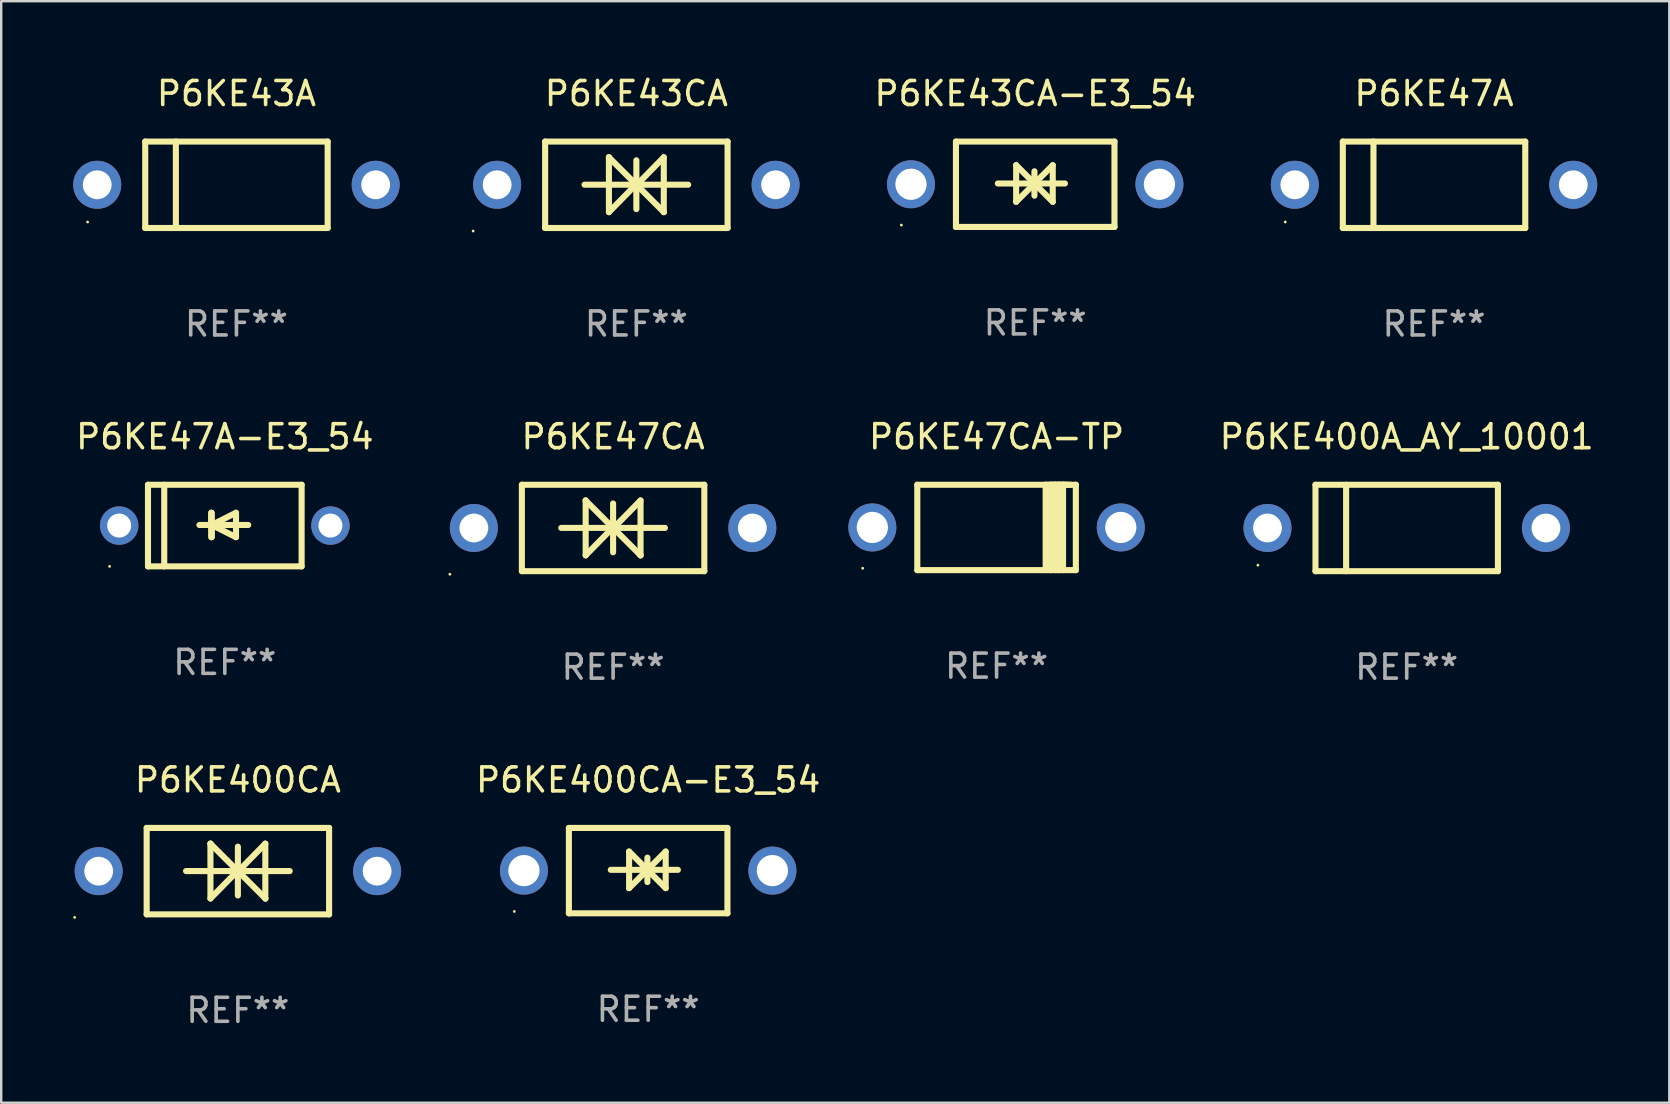
<source format=kicad_pcb>
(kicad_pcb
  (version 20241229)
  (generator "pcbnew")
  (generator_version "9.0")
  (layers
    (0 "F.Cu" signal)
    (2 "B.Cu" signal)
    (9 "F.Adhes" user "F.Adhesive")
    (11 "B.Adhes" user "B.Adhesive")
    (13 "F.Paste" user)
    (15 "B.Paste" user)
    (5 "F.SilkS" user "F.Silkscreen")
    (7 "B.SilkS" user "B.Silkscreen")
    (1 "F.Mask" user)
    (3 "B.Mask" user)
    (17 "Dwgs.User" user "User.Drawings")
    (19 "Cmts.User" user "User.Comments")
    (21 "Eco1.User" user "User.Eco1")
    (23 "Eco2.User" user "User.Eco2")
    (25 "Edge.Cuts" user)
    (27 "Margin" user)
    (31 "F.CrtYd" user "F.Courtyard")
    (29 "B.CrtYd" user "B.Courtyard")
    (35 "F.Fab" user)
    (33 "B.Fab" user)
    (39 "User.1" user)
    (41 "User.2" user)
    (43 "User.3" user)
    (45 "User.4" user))
  (footprint "P6KE43A"
    (layer "F.Cu")
    (at 6.8 4.648)
    (property "Reference" "P6KE43A" (at 0 -3.8 0) (layer "F.SilkS") (effects (font (size 1 1) (thickness 0.15))))
    (attr through_hole)
    (fp_line (start -3.8 -1.8) (end -3.8 1.8) (stroke (width 0.254) (type solid)) (layer "F.SilkS"))
    (fp_line (start -3.8 -1.8) (end 3.8 -1.8) (stroke (width 0.254) (type solid)) (layer "F.SilkS"))
    (fp_line (start -3.8 1.8) (end 3.8 1.8) (stroke (width 0.254) (type solid)) (layer "F.SilkS"))
    (fp_line (start -2.524 -1.8) (end -2.524 1.8) (stroke (width 0.254) (type solid)) (layer "F.SilkS"))
    (fp_line (start 3.8 -1.8) (end 3.8 1.8) (stroke (width 0.254) (type solid)) (layer "F.SilkS"))
    (fp_circle (center -6.2 1.55) (end -6.17 1.55) (stroke (width 0.06) (type solid)) (fill no) (layer "F.SilkS"))
    (fp_text user "REF**" (at 0 5.8 0) (layer "F.Fab") (effects (font (size 1 1) (thickness 0.15))))
    (pad "1" thru_hole circle (at -5.8 0) (size 2 2) (drill 1.2) (layers "*.Cu" "*.Mask"))
    (pad "2" thru_hole circle (at 5.8 0) (size 2 2) (drill 1.2) (layers "*.Cu" "*.Mask")))
  (footprint "P6KE47A"
    (layer "F.Cu")
    (at 56.691 4.648)
    (property "Reference" "P6KE47A" (at 0 -3.8 0) (layer "F.SilkS") (effects (font (size 1 1) (thickness 0.15))))
    (attr through_hole)
    (fp_line (start -3.8 -1.8) (end -3.8 1.8) (stroke (width 0.254) (type solid)) (layer "F.SilkS"))
    (fp_line (start -3.8 -1.8) (end 3.8 -1.8) (stroke (width 0.254) (type solid)) (layer "F.SilkS"))
    (fp_line (start -3.8 1.8) (end 3.8 1.8) (stroke (width 0.254) (type solid)) (layer "F.SilkS"))
    (fp_line (start -2.524 -1.8) (end -2.524 1.8) (stroke (width 0.254) (type solid)) (layer "F.SilkS"))
    (fp_line (start 3.8 -1.8) (end 3.8 1.8) (stroke (width 0.254) (type solid)) (layer "F.SilkS"))
    (fp_circle (center -6.2 1.55) (end -6.17 1.55) (stroke (width 0.06) (type solid)) (fill no) (layer "F.SilkS"))
    (fp_text user "REF**" (at 0 5.8 0) (layer "F.Fab") (effects (font (size 1 1) (thickness 0.15))))
    (pad "1" thru_hole circle (at -5.8 0) (size 2 2) (drill 1.2) (layers "*.Cu" "*.Mask"))
    (pad "2" thru_hole circle (at 5.8 0) (size 2 2) (drill 1.2) (layers "*.Cu" "*.Mask")))
  (footprint "P6KE400A_AY_10001"
    (layer "F.Cu")
    (at 55.552 18.945)
    (property "Reference" "P6KE400A_AY_10001" (at 0 -3.8 0) (layer "F.SilkS") (effects (font (size 1 1) (thickness 0.15))))
    (attr through_hole)
    (fp_line (start -3.8 -1.8) (end -3.8 1.8) (stroke (width 0.254) (type solid)) (layer "F.SilkS"))
    (fp_line (start -3.8 -1.8) (end 3.8 -1.8) (stroke (width 0.254) (type solid)) (layer "F.SilkS"))
    (fp_line (start -3.8 1.8) (end 3.8 1.8) (stroke (width 0.254) (type solid)) (layer "F.SilkS"))
    (fp_line (start -2.524 -1.8) (end -2.524 1.8) (stroke (width 0.254) (type solid)) (layer "F.SilkS"))
    (fp_line (start 3.8 -1.8) (end 3.8 1.8) (stroke (width 0.254) (type solid)) (layer "F.SilkS"))
    (fp_circle (center -6.2 1.55) (end -6.17 1.55) (stroke (width 0.06) (type solid)) (fill no) (layer "F.SilkS"))
    (fp_text user "REF**" (at 0 5.8 0) (layer "F.Fab") (effects (font (size 1 1) (thickness 0.15))))
    (pad "1" thru_hole circle (at -5.8 0) (size 2 2) (drill 1.2) (layers "*.Cu" "*.Mask"))
    (pad "2" thru_hole circle (at 5.8 0) (size 2 2) (drill 1.2) (layers "*.Cu" "*.Mask")))
  (footprint "P6KE43CA-E3_54"
    (layer "F.Cu")
    (at 40.076 4.626)
    (property "Reference" "P6KE43CA-E3_54" (at 0 -3.778 0) (layer "F.SilkS") (effects (font (size 1 1) (thickness 0.15))))
    (attr through_hole)
    (fp_line (start -3.302 -1.778) (end -3.302 1.778) (stroke (width 0.254) (type solid)) (layer "F.SilkS"))
    (fp_line (start -3.302 1.778) (end 3.302 1.778) (stroke (width 0.254) (type solid)) (layer "F.SilkS"))
    (fp_line (start -1.556 -0.032) (end 1.238 -0.032) (stroke (width 0.254) (type solid)) (layer "F.SilkS"))
    (fp_line (start -0.794 -0.794) (end 0.73 0.73) (stroke (width 0.254) (type solid)) (layer "F.SilkS"))
    (fp_line (start -0.794 0.73) (end -0.794 -0.794) (stroke (width 0.254) (type solid)) (layer "F.SilkS"))
    (fp_line (start -0.032 -0.54) (end -0.032 0.476) (stroke (width 0.254) (type solid)) (layer "F.SilkS"))
    (fp_line (start 0.73 -0.794) (end -0.794 0.73) (stroke (width 0.254) (type solid)) (layer "F.SilkS"))
    (fp_line (start 0.73 0.73) (end 0.73 -0.794) (stroke (width 0.254) (type solid)) (layer "F.SilkS"))
    (fp_line (start 3.302 -1.778) (end -3.302 -1.778) (stroke (width 0.254) (type solid)) (layer "F.SilkS"))
    (fp_line (start 3.302 1.778) (end 3.302 -1.778) (stroke (width 0.254) (type solid)) (layer "F.SilkS"))
    (fp_circle (center -5.576 1.7) (end -5.546 1.7) (stroke (width 0.06) (type solid)) (fill no) (layer "F.SilkS"))
    (fp_text user "REF**" (at 0 5.778 0) (layer "F.Fab") (effects (font (size 1 1) (thickness 0.15))))
    (pad "1" thru_hole circle (at -5.175 0) (size 2 2) (drill 1.3) (layers "*.Cu" "*.Mask"))
    (pad "2" thru_hole circle (at 5.175 0) (size 2 2) (drill 1.3) (layers "*.Cu" "*.Mask")))
  (footprint "P6KE47CA"
    (layer "F.Cu")
    (at 22.491 18.945)
    (property "Reference" "P6KE47CA" (at 0 -3.8 0) (layer "F.SilkS") (effects (font (size 1 1) (thickness 0.15))))
    (attr through_hole)
    (fp_line (start -3.8 -1.8) (end -3.8 1.8) (stroke (width 0.254) (type solid)) (layer "F.SilkS"))
    (fp_line (start -3.8 -1.8) (end 3.8 -1.8) (stroke (width 0.254) (type solid)) (layer "F.SilkS"))
    (fp_line (start -3.8 1.8) (end 3.8 1.8) (stroke (width 0.254) (type solid)) (layer "F.SilkS"))
    (fp_line (start -2.159 -0.003) (end 2.159 -0.003) (stroke (width 0.254) (type solid)) (layer "F.SilkS"))
    (fp_line (start -1.143 -1.146) (end -1.143 1.14) (stroke (width 0.254) (type solid)) (layer "F.SilkS"))
    (fp_line (start -1.143 -1.143) (end -1.143 -1.146) (stroke (width 0.254) (type solid)) (layer "F.SilkS"))
    (fp_line (start 0 -1.019) (end 0 1.013) (stroke (width 0.254) (type solid)) (layer "F.SilkS"))
    (fp_line (start 0 -0.026) (end -1.143 1.14) (stroke (width 0.254) (type solid)) (layer "F.SilkS"))
    (fp_line (start 0 -0.006) (end 1.143 1.137) (stroke (width 0.254) (type solid)) (layer "F.SilkS"))
    (fp_line (start 0 0) (end -1.143 -1.143) (stroke (width 0.254) (type solid)) (layer "F.SilkS"))
    (fp_line (start 0 0.02) (end 1.143 -1.146) (stroke (width 0.254) (type solid)) (layer "F.SilkS"))
    (fp_line (start 1.143 1.137) (end 1.143 1.14) (stroke (width 0.254) (type solid)) (layer "F.SilkS"))
    (fp_line (start 1.143 1.14) (end 1.143 -1.146) (stroke (width 0.254) (type solid)) (layer "F.SilkS"))
    (fp_line (start 3.8 -1.8) (end 3.8 1.8) (stroke (width 0.254) (type solid)) (layer "F.SilkS"))
    (fp_circle (center -6.8 1.927) (end -6.77 1.927) (stroke (width 0.06) (type solid)) (fill no) (layer "F.SilkS"))
    (fp_text user "REF**" (at 0 5.8 0) (layer "F.Fab") (effects (font (size 1 1) (thickness 0.15))))
    (pad "1" thru_hole circle (at -5.8 0) (size 2 2) (drill 1.2) (layers "*.Cu" "*.Mask"))
    (pad "2" thru_hole circle (at 5.8 0) (size 2 2) (drill 1.2) (layers "*.Cu" "*.Mask")))
  (footprint "P6KE400CA"
    (layer "F.Cu")
    (at 6.86 33.241)
    (property "Reference" "P6KE400CA" (at 0 -3.8 0) (layer "F.SilkS") (effects (font (size 1 1) (thickness 0.15))))
    (attr through_hole)
    (fp_line (start -3.8 -1.8) (end -3.8 1.8) (stroke (width 0.254) (type solid)) (layer "F.SilkS"))
    (fp_line (start -3.8 -1.8) (end 3.8 -1.8) (stroke (width 0.254) (type solid)) (layer "F.SilkS"))
    (fp_line (start -3.8 1.8) (end 3.8 1.8) (stroke (width 0.254) (type solid)) (layer "F.SilkS"))
    (fp_line (start -2.159 -0.003) (end 2.159 -0.003) (stroke (width 0.254) (type solid)) (layer "F.SilkS"))
    (fp_line (start -1.143 -1.146) (end -1.143 1.14) (stroke (width 0.254) (type solid)) (layer "F.SilkS"))
    (fp_line (start -1.143 -1.143) (end -1.143 -1.146) (stroke (width 0.254) (type solid)) (layer "F.SilkS"))
    (fp_line (start 0 -1.019) (end 0 1.013) (stroke (width 0.254) (type solid)) (layer "F.SilkS"))
    (fp_line (start 0 -0.026) (end -1.143 1.14) (stroke (width 0.254) (type solid)) (layer "F.SilkS"))
    (fp_line (start 0 -0.006) (end 1.143 1.137) (stroke (width 0.254) (type solid)) (layer "F.SilkS"))
    (fp_line (start 0 0) (end -1.143 -1.143) (stroke (width 0.254) (type solid)) (layer "F.SilkS"))
    (fp_line (start 0 0.02) (end 1.143 -1.146) (stroke (width 0.254) (type solid)) (layer "F.SilkS"))
    (fp_line (start 1.143 1.137) (end 1.143 1.14) (stroke (width 0.254) (type solid)) (layer "F.SilkS"))
    (fp_line (start 1.143 1.14) (end 1.143 -1.146) (stroke (width 0.254) (type solid)) (layer "F.SilkS"))
    (fp_line (start 3.8 -1.8) (end 3.8 1.8) (stroke (width 0.254) (type solid)) (layer "F.SilkS"))
    (fp_circle (center -6.8 1.927) (end -6.77 1.927) (stroke (width 0.06) (type solid)) (fill no) (layer "F.SilkS"))
    (fp_text user "REF**" (at 0 5.8 0) (layer "F.Fab") (effects (font (size 1 1) (thickness 0.15))))
    (pad "1" thru_hole circle (at -5.8 0) (size 2 2) (drill 1.2) (layers "*.Cu" "*.Mask"))
    (pad "2" thru_hole circle (at 5.8 0) (size 2 2) (drill 1.2) (layers "*.Cu" "*.Mask")))
  (footprint "P6KE43CA"
    (layer "F.Cu")
    (at 23.46 4.648)
    (property "Reference" "P6KE43CA" (at 0 -3.8 0) (layer "F.SilkS") (effects (font (size 1 1) (thickness 0.15))))
    (attr through_hole)
    (fp_line (start -3.8 -1.8) (end -3.8 1.8) (stroke (width 0.254) (type solid)) (layer "F.SilkS"))
    (fp_line (start -3.8 -1.8) (end 3.8 -1.8) (stroke (width 0.254) (type solid)) (layer "F.SilkS"))
    (fp_line (start -3.8 1.8) (end 3.8 1.8) (stroke (width 0.254) (type solid)) (layer "F.SilkS"))
    (fp_line (start -2.159 -0.003) (end 2.159 -0.003) (stroke (width 0.254) (type solid)) (layer "F.SilkS"))
    (fp_line (start -1.143 -1.146) (end -1.143 1.14) (stroke (width 0.254) (type solid)) (layer "F.SilkS"))
    (fp_line (start -1.143 -1.143) (end -1.143 -1.146) (stroke (width 0.254) (type solid)) (layer "F.SilkS"))
    (fp_line (start 0 -1.019) (end 0 1.013) (stroke (width 0.254) (type solid)) (layer "F.SilkS"))
    (fp_line (start 0 -0.026) (end -1.143 1.14) (stroke (width 0.254) (type solid)) (layer "F.SilkS"))
    (fp_line (start 0 -0.006) (end 1.143 1.137) (stroke (width 0.254) (type solid)) (layer "F.SilkS"))
    (fp_line (start 0 0) (end -1.143 -1.143) (stroke (width 0.254) (type solid)) (layer "F.SilkS"))
    (fp_line (start 0 0.02) (end 1.143 -1.146) (stroke (width 0.254) (type solid)) (layer "F.SilkS"))
    (fp_line (start 1.143 1.137) (end 1.143 1.14) (stroke (width 0.254) (type solid)) (layer "F.SilkS"))
    (fp_line (start 1.143 1.14) (end 1.143 -1.146) (stroke (width 0.254) (type solid)) (layer "F.SilkS"))
    (fp_line (start 3.8 -1.8) (end 3.8 1.8) (stroke (width 0.254) (type solid)) (layer "F.SilkS"))
    (fp_circle (center -6.8 1.927) (end -6.77 1.927) (stroke (width 0.06) (type solid)) (fill no) (layer "F.SilkS"))
    (fp_text user "REF**" (at 0 5.8 0) (layer "F.Fab") (effects (font (size 1 1) (thickness 0.15))))
    (pad "1" thru_hole circle (at -5.8 0) (size 2 2) (drill 1.2) (layers "*.Cu" "*.Mask"))
    (pad "2" thru_hole circle (at 5.8 0) (size 2 2) (drill 1.2) (layers "*.Cu" "*.Mask")))
  (footprint "P6KE47A-E3_54"
    (layer "F.Cu")
    (at 6.315 18.845)
    (property "Reference" "P6KE47A-E3_54" (at 0 -3.7 0) (layer "F.SilkS") (effects (font (size 1 1) (thickness 0.15))))
    (attr through_hole)
    (fp_line (start -3.2 -1.7) (end 3.2 -1.7) (stroke (width 0.254) (type solid)) (layer "F.SilkS"))
    (fp_line (start -3.2 0) (end -3.2 -1.7) (stroke (width 0.254) (type solid)) (layer "F.SilkS"))
    (fp_line (start -3.2 1.7) (end -3.2 0) (stroke (width 0.254) (type solid)) (layer "F.SilkS"))
    (fp_line (start -2.523 -1.7) (end -2.523 1.7) (stroke (width 0.254) (type solid)) (layer "F.SilkS"))
    (fp_line (start -0.561 -0.533) (end -0.561 0.483) (stroke (width 0.254) (type solid)) (layer "F.SilkS"))
    (fp_line (start -0.561 -0.025) (end -0.561 -0.533) (stroke (width 0.254) (type solid)) (layer "F.SilkS"))
    (fp_line (start -0.549 -0.025) (end -0.549 0.483) (stroke (width 0.254) (type solid)) (layer "F.SilkS"))
    (fp_line (start -0.549 -0.025) (end 0.467 0.483) (stroke (width 0.254) (type solid)) (layer "F.SilkS"))
    (fp_line (start -0.549 0.483) (end -0.549 -0.533) (stroke (width 0.254) (type solid)) (layer "F.SilkS"))
    (fp_line (start 0.467 -0.533) (end -0.549 -0.025) (stroke (width 0.254) (type solid)) (layer "F.SilkS"))
    (fp_line (start 0.467 0.483) (end 0.467 -0.533) (stroke (width 0.254) (type solid)) (layer "F.SilkS"))
    (fp_line (start 0.975 -0.025) (end -1.057 -0.025) (stroke (width 0.254) (type solid)) (layer "F.SilkS"))
    (fp_line (start 3.2 -1.7) (end 3.2 1.7) (stroke (width 0.254) (type solid)) (layer "F.SilkS"))
    (fp_line (start 3.2 1.7) (end -3.2 1.7) (stroke (width 0.254) (type solid)) (layer "F.SilkS"))
    (fp_circle (center -4.8 1.7) (end -4.77 1.7) (stroke (width 0.06) (type solid)) (fill no) (layer "F.SilkS"))
    (fp_text user "REF**" (at 0 5.7 0) (layer "F.Fab") (effects (font (size 1 1) (thickness 0.15))))
    (pad "1" thru_hole circle (at -4.4 0) (size 1.6 1.6) (drill 1) (layers "*.Cu" "*.Mask"))
    (pad "2" thru_hole circle (at 4.4 0) (size 1.6 1.6) (drill 1) (layers "*.Cu" "*.Mask")))
  (footprint "P6KE400CA-E3_54"
    (layer "F.Cu")
    (at 23.952 33.219)
    (property "Reference" "P6KE400CA-E3_54" (at 0 -3.778 0) (layer "F.SilkS") (effects (font (size 1 1) (thickness 0.15))))
    (attr through_hole)
    (fp_line (start -3.302 -1.778) (end -3.302 1.778) (stroke (width 0.254) (type solid)) (layer "F.SilkS"))
    (fp_line (start -3.302 1.778) (end 3.302 1.778) (stroke (width 0.254) (type solid)) (layer "F.SilkS"))
    (fp_line (start -1.556 -0.032) (end 1.238 -0.032) (stroke (width 0.254) (type solid)) (layer "F.SilkS"))
    (fp_line (start -0.794 -0.794) (end 0.73 0.73) (stroke (width 0.254) (type solid)) (layer "F.SilkS"))
    (fp_line (start -0.794 0.73) (end -0.794 -0.794) (stroke (width 0.254) (type solid)) (layer "F.SilkS"))
    (fp_line (start -0.032 -0.54) (end -0.032 0.476) (stroke (width 0.254) (type solid)) (layer "F.SilkS"))
    (fp_line (start 0.73 -0.794) (end -0.794 0.73) (stroke (width 0.254) (type solid)) (layer "F.SilkS"))
    (fp_line (start 0.73 0.73) (end 0.73 -0.794) (stroke (width 0.254) (type solid)) (layer "F.SilkS"))
    (fp_line (start 3.302 -1.778) (end -3.302 -1.778) (stroke (width 0.254) (type solid)) (layer "F.SilkS"))
    (fp_line (start 3.302 1.778) (end 3.302 -1.778) (stroke (width 0.254) (type solid)) (layer "F.SilkS"))
    (fp_circle (center -5.576 1.7) (end -5.546 1.7) (stroke (width 0.06) (type solid)) (fill no) (layer "F.SilkS"))
    (fp_text user "REF**" (at 0 5.778 0) (layer "F.Fab") (effects (font (size 1 1) (thickness 0.15))))
    (pad "1" thru_hole circle (at -5.175 0) (size 2 2) (drill 1.3) (layers "*.Cu" "*.Mask"))
    (pad "2" thru_hole circle (at 5.175 0) (size 2 2) (drill 1.3) (layers "*.Cu" "*.Mask")))
  (footprint "P6KE47CA-TP"
    (layer "F.Cu")
    (at 38.466 18.923)
    (property "Reference" "P6KE47CA-TP" (at 0 -3.778 0) (layer "F.SilkS") (effects (font (size 1 1) (thickness 0.15))))
    (attr through_hole)
    (fp_line (start -3.302 -1.778) (end -3.302 1.778) (stroke (width 0.254) (type solid)) (layer "F.SilkS"))
    (fp_line (start -3.302 1.778) (end 3.302 1.778) (stroke (width 0.254) (type solid)) (layer "F.SilkS"))
    (fp_line (start 2.045 -1.778) (end 2.045 1.778) (stroke (width 0.254) (type solid)) (layer "F.SilkS"))
    (fp_line (start 2.261 -1.778) (end 2.261 1.778) (stroke (width 0.254) (type solid)) (layer "F.SilkS"))
    (fp_line (start 2.421 -1.778) (end 2.045 -1.778) (stroke (width 0.254) (type solid)) (layer "F.SilkS"))
    (fp_line (start 2.439 -1.778) (end 2.439 1.778) (stroke (width 0.254) (type solid)) (layer "F.SilkS"))
    (fp_line (start 2.579 -1.778) (end 2.261 -1.778) (stroke (width 0.254) (type solid)) (layer "F.SilkS"))
    (fp_line (start 2.604 -1.778) (end 2.604 1.778) (stroke (width 0.254) (type solid)) (layer "F.SilkS"))
    (fp_line (start 2.757 -1.778) (end 2.439 -1.778) (stroke (width 0.254) (type solid)) (layer "F.SilkS"))
    (fp_line (start 2.769 -1.778) (end 2.769 1.778) (stroke (width 0.254) (type solid)) (layer "F.SilkS"))
    (fp_line (start 2.922 -1.778) (end 2.604 -1.778) (stroke (width 0.254) (type solid)) (layer "F.SilkS"))
    (fp_line (start 3.087 -1.778) (end 2.769 -1.778) (stroke (width 0.254) (type solid)) (layer "F.SilkS"))
    (fp_line (start 3.302 -1.778) (end -3.302 -1.778) (stroke (width 0.254) (type solid)) (layer "F.SilkS"))
    (fp_line (start 3.302 1.778) (end 3.302 -1.778) (stroke (width 0.254) (type solid)) (layer "F.SilkS"))
    (fp_circle (center -5.576 1.7) (end -5.546 1.7) (stroke (width 0.06) (type solid)) (fill no) (layer "F.SilkS"))
    (fp_text user "REF**" (at 0 5.778 0) (layer "F.Fab") (effects (font (size 1 1) (thickness 0.15))))
    (pad "1" thru_hole circle (at -5.175 0) (size 2 2) (drill 1.3) (layers "*.Cu" "*.Mask"))
    (pad "2" thru_hole circle (at 5.175 0) (size 2 2) (drill 1.3) (layers "*.Cu" "*.Mask")))
  (gr_rect
    (start -3 -3)
    (end 66.492 42.889)
    (stroke (width 0.1) (type default))
    (fill no)
    (layer "Edge.Cuts")))
</source>
